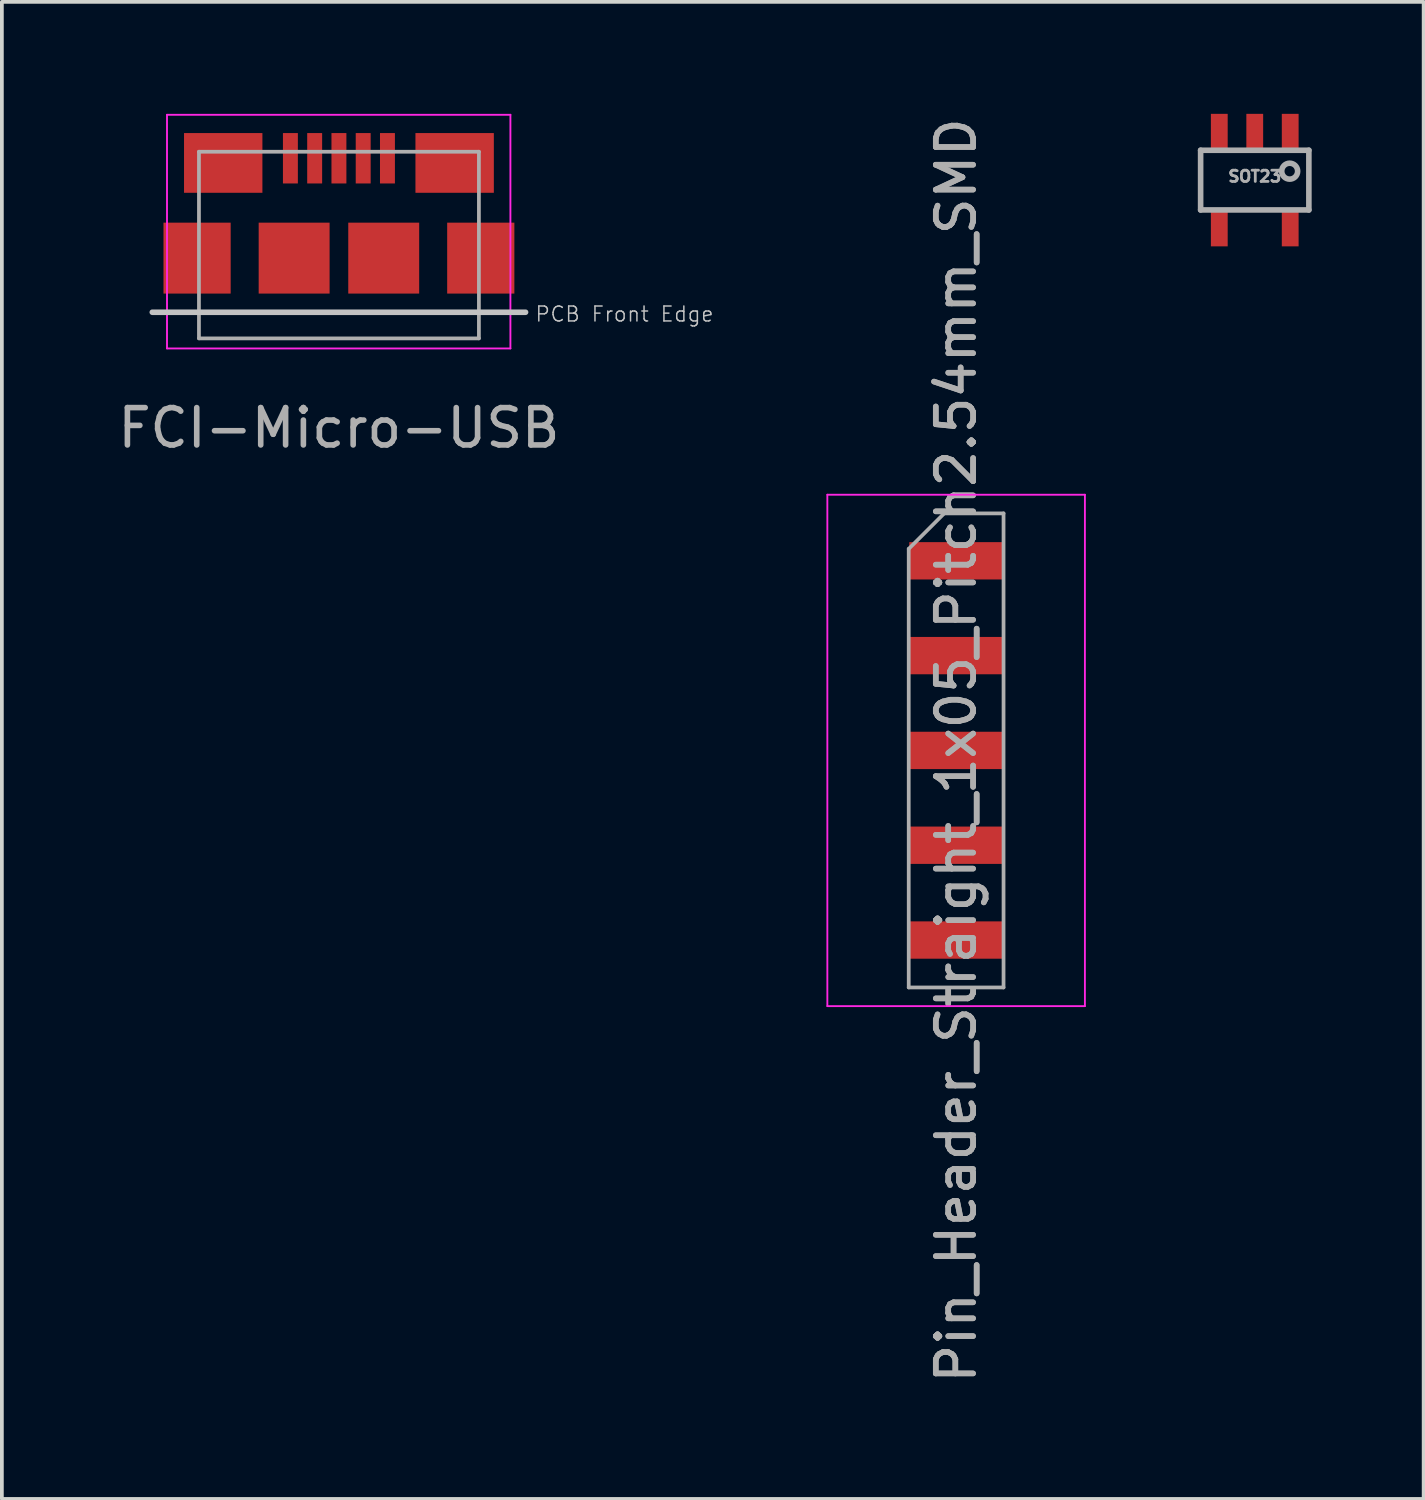
<source format=kicad_pcb>
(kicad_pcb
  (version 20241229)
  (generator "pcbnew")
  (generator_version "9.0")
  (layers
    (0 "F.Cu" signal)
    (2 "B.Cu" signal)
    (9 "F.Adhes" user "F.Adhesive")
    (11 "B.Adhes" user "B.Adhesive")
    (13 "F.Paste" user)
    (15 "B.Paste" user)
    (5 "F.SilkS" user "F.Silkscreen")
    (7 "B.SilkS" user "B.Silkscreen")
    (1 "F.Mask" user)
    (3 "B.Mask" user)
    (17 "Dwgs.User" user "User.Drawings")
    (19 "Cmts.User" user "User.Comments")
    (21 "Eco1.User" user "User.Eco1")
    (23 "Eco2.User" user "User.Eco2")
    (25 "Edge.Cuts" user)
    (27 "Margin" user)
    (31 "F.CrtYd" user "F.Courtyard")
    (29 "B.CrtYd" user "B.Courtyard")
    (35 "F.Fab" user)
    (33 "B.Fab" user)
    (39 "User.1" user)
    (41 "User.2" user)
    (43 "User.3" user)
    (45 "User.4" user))
  (footprint "SOT23"
    (layer "F.Cu")
    (at 30.565 1.775)
    (property "Reference" "SOT23" (at 0 -0.1 0) (layer "F.Fab") (effects (font (size 0.3 0.3) (thickness 0.075))))
    (attr through_hole)
    (fp_line (start -1.45 -0.8) (end -1.45 0.8) (stroke (width 0.15) (type solid)) (layer "F.Fab"))
    (fp_line (start 1.45 -0.8) (end -1.45 -0.8) (stroke (width 0.15) (type solid)) (layer "F.Fab"))
    (fp_line (start 1.45 -0.8) (end 1.45 0.8) (stroke (width 0.15) (type solid)) (layer "F.Fab"))
    (fp_line (start 1.45 0.8) (end -1.45 0.8) (stroke (width 0.15) (type solid)) (layer "F.Fab"))
    (fp_circle (center 0.936 -0.239) (end 1.136 -0.164) (stroke (width 0.15) (type solid)) (fill no) (layer "F.Fab"))
    (pad "1" smd rect (at 0.95 -1.3) (size 0.45 0.95) (layers "F.Cu" "F.Mask" "F.Paste"))
    (pad "2" smd rect (at 0 -1.3) (size 0.45 0.95) (layers "F.Cu" "F.Mask" "F.Paste"))
    (pad "3" smd rect (at -0.95 -1.3) (size 0.45 0.95) (layers "F.Cu" "F.Mask" "F.Paste"))
    (pad "4" smd rect (at -0.95 1.3) (size 0.45 0.95) (layers "F.Cu" "F.Mask" "F.Paste"))
    (pad "5" smd rect (at 0.95 1.3) (size 0.45 0.95) (layers "F.Cu" "F.Mask" "F.Paste")))
  (footprint "Pin_Header_Straight_1x05_Pitch2.54mm_SMD"
    (layer "F.Cu")
    (at 22.565 17.054)
    (property "Reference" "Pin_Header_Straight_1x05_Pitch2.54mm_SMD" (at 0 0 90) (layer "F.Fab") (effects (font (size 1 1) (thickness 0.15))))
    (attr smd)
    (fp_line (start -3.45 -6.85) (end -3.45 6.85) (stroke (width 0.05) (type solid)) (layer "F.CrtYd"))
    (fp_line (start -3.45 6.85) (end 3.45 6.85) (stroke (width 0.05) (type solid)) (layer "F.CrtYd"))
    (fp_line (start 3.45 -6.85) (end -3.45 -6.85) (stroke (width 0.05) (type solid)) (layer "F.CrtYd"))
    (fp_line (start 3.45 6.85) (end 3.45 -6.85) (stroke (width 0.05) (type solid)) (layer "F.CrtYd"))
    (fp_line (start -1.27 -5.4) (end -0.32 -6.35) (stroke (width 0.1) (type solid)) (layer "F.Fab"))
    (fp_line (start -1.27 6.35) (end -1.27 -5.4) (stroke (width 0.1) (type solid)) (layer "F.Fab"))
    (fp_line (start -0.32 -6.35) (end 1.27 -6.35) (stroke (width 0.1) (type solid)) (layer "F.Fab"))
    (fp_line (start 1.27 -6.35) (end 1.27 6.35) (stroke (width 0.1) (type solid)) (layer "F.Fab"))
    (fp_line (start 1.27 6.35) (end -1.27 6.35) (stroke (width 0.1) (type solid)) (layer "F.Fab"))
    (fp_text user "${REFERENCE}" (at 0 0 90) (layer "F.Fab") (effects (font (size 1 1) (thickness 0.15))))
    (pad "1" smd rect (at 0 -5.08) (size 2.51 1) (layers "F.Cu" "F.Mask" "F.Paste"))
    (pad "2" smd rect (at 0 -2.54) (size 2.51 1) (layers "F.Cu" "F.Mask" "F.Paste"))
    (pad "3" smd rect (at 0 0) (size 2.51 1) (layers "F.Cu" "F.Mask" "F.Paste"))
    (pad "4" smd rect (at 0 2.54) (size 2.51 1) (layers "F.Cu" "F.Mask" "F.Paste"))
    (pad "5" smd rect (at 0 5.08) (size 2.51 1) (layers "F.Cu" "F.Mask" "F.Paste")))
  (footprint "FCI-Micro-USB"
    (layer "F.Cu")
    (at 6.03 3.865)
    (property "Reference" "FCI-Micro-USB" (at 0 4.55 180) (layer "F.Fab") (effects (font (size 1 1) (thickness 0.15))))
    (attr smd)
    (fp_line (start -5 1.45) (end 5 1.45) (stroke (width 0.15) (type solid)) (layer "Dwgs.User"))
    (fp_line (start -4.606 -3.84) (end 4.594 -3.84) (stroke (width 0.05) (type solid)) (layer "F.CrtYd"))
    (fp_line (start -4.606 2.42) (end -4.606 -3.84) (stroke (width 0.05) (type solid)) (layer "F.CrtYd"))
    (fp_line (start 4.594 -3.84) (end 4.594 2.42) (stroke (width 0.05) (type solid)) (layer "F.CrtYd"))
    (fp_line (start 4.594 2.42) (end -4.606 2.42) (stroke (width 0.05) (type solid)) (layer "F.CrtYd"))
    (fp_line (start -3.75 -2.85) (end 3.75 -2.85) (stroke (width 0.1) (type solid)) (layer "F.Fab"))
    (fp_line (start -3.75 2.15) (end -3.75 -2.85) (stroke (width 0.1) (type solid)) (layer "F.Fab"))
    (fp_line (start 3.75 -2.85) (end 3.75 2.15) (stroke (width 0.1) (type solid)) (layer "F.Fab"))
    (fp_line (start 3.75 2.15) (end -3.75 2.15) (stroke (width 0.1) (type solid)) (layer "F.Fab"))
    (fp_text user "PCB Front Edge" (at 7.65 1.5 180) (layer "Dwgs.User") (effects (font (size 0.4 0.4) (thickness 0.04))))
    (pad "1" smd rect (at -1.3 -2.675 90) (size 1.35 0.4) (layers "F.Cu" "F.Mask" "F.Paste"))
    (pad "2" smd rect (at -0.65 -2.675 90) (size 1.35 0.4) (layers "F.Cu" "F.Mask" "F.Paste"))
    (pad "3" smd rect (at 0 -2.675 90) (size 1.35 0.4) (layers "F.Cu" "F.Mask" "F.Paste"))
    (pad "4" smd rect (at 0.65 -2.675 90) (size 1.35 0.4) (layers "F.Cu" "F.Mask" "F.Paste"))
    (pad "5" smd rect (at 1.3 -2.675 90) (size 1.35 0.4) (layers "F.Cu" "F.Mask" "F.Paste"))
    (pad "6" smd rect (at -3.8 0 90) (size 1.9 1.8) (layers "F.Cu" "F.Mask" "F.Paste"))
    (pad "6" smd rect (at -3.1 -2.55) (size 2.1 1.6) (layers "F.Cu" "F.Mask" "F.Paste"))
    (pad "6" smd rect (at -1.2 0 90) (size 1.9 1.9) (layers "F.Cu" "F.Mask" "F.Paste"))
    (pad "6" smd rect (at 1.2 0 90) (size 1.9 1.9) (layers "F.Cu" "F.Mask" "F.Paste"))
    (pad "6" smd rect (at 3.1 -2.55) (size 2.1 1.6) (layers "F.Cu" "F.Mask" "F.Paste"))
    (pad "6" smd rect (at 3.8 0 90) (size 1.9 1.8) (layers "F.Cu" "F.Mask" "F.Paste")))
  (gr_rect
    (start -3 -3)
    (end 35.09 37.107)
    (stroke (width 0.1) (type default))
    (fill no)
    (layer "Edge.Cuts")))
</source>
